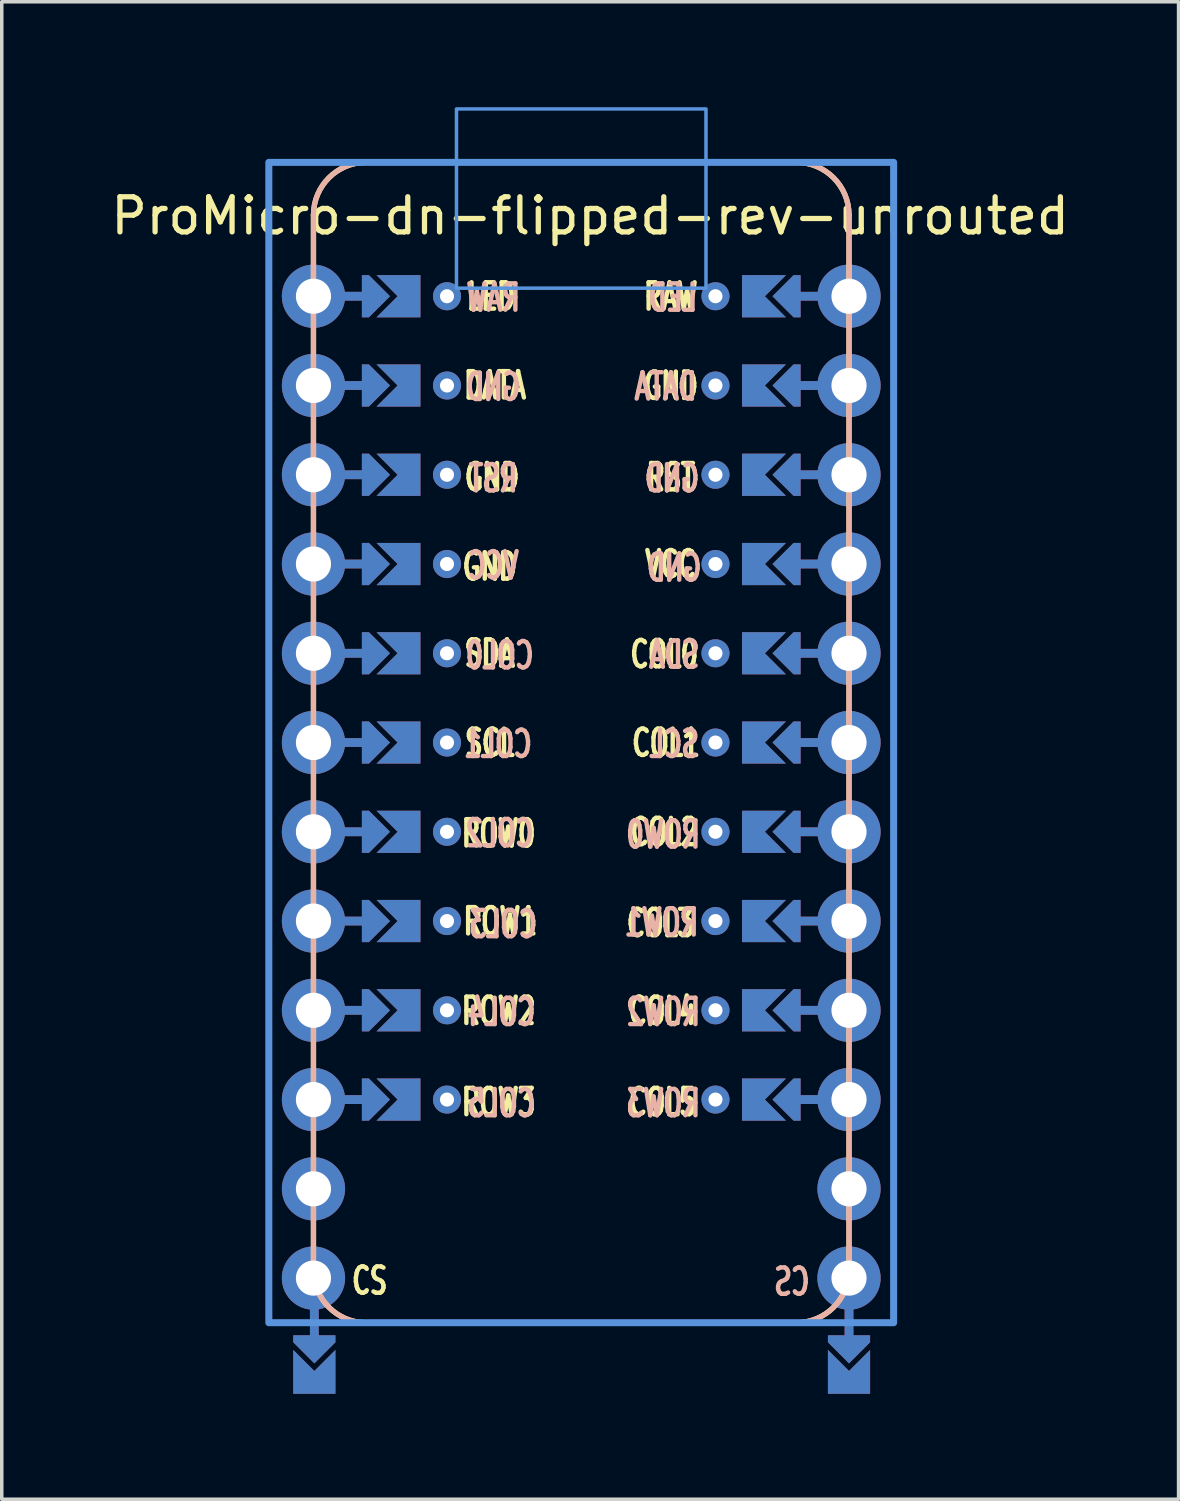
<source format=kicad_pcb>
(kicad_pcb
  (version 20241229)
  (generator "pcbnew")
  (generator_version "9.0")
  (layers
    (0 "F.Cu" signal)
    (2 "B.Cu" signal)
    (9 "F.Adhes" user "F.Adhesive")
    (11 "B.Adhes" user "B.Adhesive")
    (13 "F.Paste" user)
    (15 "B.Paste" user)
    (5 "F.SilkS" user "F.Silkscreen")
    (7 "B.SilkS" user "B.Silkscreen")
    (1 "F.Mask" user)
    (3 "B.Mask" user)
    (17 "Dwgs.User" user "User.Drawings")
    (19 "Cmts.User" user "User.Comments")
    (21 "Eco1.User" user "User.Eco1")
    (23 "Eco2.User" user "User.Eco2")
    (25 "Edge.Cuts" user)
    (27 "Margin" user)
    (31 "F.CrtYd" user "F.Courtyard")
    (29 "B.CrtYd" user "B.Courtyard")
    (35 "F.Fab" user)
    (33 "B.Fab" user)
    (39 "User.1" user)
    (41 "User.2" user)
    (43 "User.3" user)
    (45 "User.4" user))
  (footprint "ProMicro-dn-flipped-rev-unrouted"
    (layer "F.Cu")
    (at 13.49 18.08)
    (property "Reference" "ProMicro-dn-flipped-rev-unrouted" (at 0.254 -14.986 0) (layer "F.SilkS") (effects (font (size 1 1) (thickness 0.15))))
    (attr through_hole)
    (fp_poly (pts (xy -7.087 18.029) (xy -8.103 18.029) (xy -8.103 17.013) (xy -7.087 17.013)) (stroke (width 0.1) (type solid)) (fill yes) (layer "F.Mask"))
    (fp_poly (pts (xy -5.08 -13.208) (xy -5.08 -12.192) (xy -6.096 -12.192) (xy -6.096 -13.208)) (stroke (width 0.1) (type solid)) (fill yes) (layer "F.Mask"))
    (fp_poly (pts (xy -5.08 -10.668) (xy -5.08 -9.652) (xy -6.096 -9.652) (xy -6.096 -10.668)) (stroke (width 0.1) (type solid)) (fill yes) (layer "F.Mask"))
    (fp_poly (pts (xy -5.08 -8.128) (xy -5.08 -7.112) (xy -6.096 -7.112) (xy -6.096 -8.128)) (stroke (width 0.1) (type solid)) (fill yes) (layer "F.Mask"))
    (fp_poly (pts (xy -5.08 -5.588) (xy -5.08 -4.572) (xy -6.096 -4.572) (xy -6.096 -5.588)) (stroke (width 0.1) (type solid)) (fill yes) (layer "F.Mask"))
    (fp_poly (pts (xy -5.08 -3.048) (xy -5.08 -2.032) (xy -6.096 -2.032) (xy -6.096 -3.048)) (stroke (width 0.1) (type solid)) (fill yes) (layer "F.Mask"))
    (fp_poly (pts (xy -5.08 -0.508) (xy -5.08 0.508) (xy -6.096 0.508) (xy -6.096 -0.508)) (stroke (width 0.1) (type solid)) (fill yes) (layer "F.Mask"))
    (fp_poly (pts (xy -5.08 2.032) (xy -5.08 3.048) (xy -6.096 3.048) (xy -6.096 2.032)) (stroke (width 0.1) (type solid)) (fill yes) (layer "F.Mask"))
    (fp_poly (pts (xy -5.08 4.572) (xy -5.08 5.588) (xy -6.096 5.588) (xy -6.096 4.572)) (stroke (width 0.1) (type solid)) (fill yes) (layer "F.Mask"))
    (fp_poly (pts (xy -5.08 7.112) (xy -5.08 8.128) (xy -6.096 8.128) (xy -6.096 7.112)) (stroke (width 0.1) (type solid)) (fill yes) (layer "F.Mask"))
    (fp_poly (pts (xy -5.08 9.652) (xy -5.08 10.668) (xy -6.096 10.668) (xy -6.096 9.652)) (stroke (width 0.1) (type solid)) (fill yes) (layer "F.Mask"))
    (fp_poly (pts (xy 5.08 -12.192) (xy 5.08 -13.208) (xy 6.096 -13.208) (xy 6.096 -12.192)) (stroke (width 0.1) (type solid)) (fill yes) (layer "F.Mask"))
    (fp_poly (pts (xy 5.08 -9.652) (xy 5.08 -10.668) (xy 6.096 -10.668) (xy 6.096 -9.652)) (stroke (width 0.1) (type solid)) (fill yes) (layer "F.Mask"))
    (fp_poly (pts (xy 5.08 -7.112) (xy 5.08 -8.128) (xy 6.096 -8.128) (xy 6.096 -7.112)) (stroke (width 0.1) (type solid)) (fill yes) (layer "F.Mask"))
    (fp_poly (pts (xy 5.08 -4.572) (xy 5.08 -5.588) (xy 6.096 -5.588) (xy 6.096 -4.572)) (stroke (width 0.1) (type solid)) (fill yes) (layer "F.Mask"))
    (fp_poly (pts (xy 5.08 -2.032) (xy 5.08 -3.048) (xy 6.096 -3.048) (xy 6.096 -2.032)) (stroke (width 0.1) (type solid)) (fill yes) (layer "F.Mask"))
    (fp_poly (pts (xy 5.08 0.508) (xy 5.08 -0.508) (xy 6.096 -0.508) (xy 6.096 0.508)) (stroke (width 0.1) (type solid)) (fill yes) (layer "F.Mask"))
    (fp_poly (pts (xy 5.08 3.048) (xy 5.08 2.032) (xy 6.096 2.032) (xy 6.096 3.048)) (stroke (width 0.1) (type solid)) (fill yes) (layer "F.Mask"))
    (fp_poly (pts (xy 5.08 5.588) (xy 5.08 4.572) (xy 6.096 4.572) (xy 6.096 5.588)) (stroke (width 0.1) (type solid)) (fill yes) (layer "F.Mask"))
    (fp_poly (pts (xy 5.08 8.128) (xy 5.08 7.112) (xy 6.096 7.112) (xy 6.096 8.128)) (stroke (width 0.1) (type solid)) (fill yes) (layer "F.Mask"))
    (fp_poly (pts (xy 5.08 10.668) (xy 5.08 9.652) (xy 6.096 9.652) (xy 6.096 10.668)) (stroke (width 0.1) (type solid)) (fill yes) (layer "F.Mask"))
    (fp_poly (pts (xy 8.128 18.029) (xy 7.112 18.029) (xy 7.112 17.013) (xy 8.128 17.013)) (stroke (width 0.1) (type solid)) (fill yes) (layer "F.Mask"))
    (fp_poly (pts (xy -7.087 18.029) (xy -8.103 18.029) (xy -8.103 17.013) (xy -7.087 17.013)) (stroke (width 0.1) (type solid)) (fill yes) (layer "B.Mask"))
    (fp_poly (pts (xy -5.08 -13.208) (xy -5.08 -12.192) (xy -6.096 -12.192) (xy -6.096 -13.208)) (stroke (width 0.1) (type solid)) (fill yes) (layer "B.Mask"))
    (fp_poly (pts (xy -5.08 -10.668) (xy -5.08 -9.652) (xy -6.096 -9.652) (xy -6.096 -10.668)) (stroke (width 0.1) (type solid)) (fill yes) (layer "B.Mask"))
    (fp_poly (pts (xy -5.08 -8.128) (xy -5.08 -7.112) (xy -6.096 -7.112) (xy -6.096 -8.128)) (stroke (width 0.1) (type solid)) (fill yes) (layer "B.Mask"))
    (fp_poly (pts (xy -5.08 -5.588) (xy -5.08 -4.572) (xy -6.096 -4.572) (xy -6.096 -5.588)) (stroke (width 0.1) (type solid)) (fill yes) (layer "B.Mask"))
    (fp_poly (pts (xy -5.08 -3.048) (xy -5.08 -2.032) (xy -6.096 -2.032) (xy -6.096 -3.048)) (stroke (width 0.1) (type solid)) (fill yes) (layer "B.Mask"))
    (fp_poly (pts (xy -5.08 -0.508) (xy -5.08 0.508) (xy -6.096 0.508) (xy -6.096 -0.508)) (stroke (width 0.1) (type solid)) (fill yes) (layer "B.Mask"))
    (fp_poly (pts (xy -5.08 2.032) (xy -5.08 3.048) (xy -6.096 3.048) (xy -6.096 2.032)) (stroke (width 0.1) (type solid)) (fill yes) (layer "B.Mask"))
    (fp_poly (pts (xy -5.08 4.572) (xy -5.08 5.588) (xy -6.096 5.588) (xy -6.096 4.572)) (stroke (width 0.1) (type solid)) (fill yes) (layer "B.Mask"))
    (fp_poly (pts (xy -5.08 7.112) (xy -5.08 8.128) (xy -6.096 8.128) (xy -6.096 7.112)) (stroke (width 0.1) (type solid)) (fill yes) (layer "B.Mask"))
    (fp_poly (pts (xy -5.08 9.652) (xy -5.08 10.668) (xy -6.096 10.668) (xy -6.096 9.652)) (stroke (width 0.1) (type solid)) (fill yes) (layer "B.Mask"))
    (fp_poly (pts (xy 5.08 -12.192) (xy 5.08 -13.208) (xy 6.096 -13.208) (xy 6.096 -12.192)) (stroke (width 0.1) (type solid)) (fill yes) (layer "B.Mask"))
    (fp_poly (pts (xy 5.08 -9.652) (xy 5.08 -10.668) (xy 6.096 -10.668) (xy 6.096 -9.652)) (stroke (width 0.1) (type solid)) (fill yes) (layer "B.Mask"))
    (fp_poly (pts (xy 5.08 -7.112) (xy 5.08 -8.128) (xy 6.096 -8.128) (xy 6.096 -7.112)) (stroke (width 0.1) (type solid)) (fill yes) (layer "B.Mask"))
    (fp_poly (pts (xy 5.08 -4.572) (xy 5.08 -5.588) (xy 6.096 -5.588) (xy 6.096 -4.572)) (stroke (width 0.1) (type solid)) (fill yes) (layer "B.Mask"))
    (fp_poly (pts (xy 5.08 -2.032) (xy 5.08 -3.048) (xy 6.096 -3.048) (xy 6.096 -2.032)) (stroke (width 0.1) (type solid)) (fill yes) (layer "B.Mask"))
    (fp_poly (pts (xy 5.08 0.508) (xy 5.08 -0.508) (xy 6.096 -0.508) (xy 6.096 0.508)) (stroke (width 0.1) (type solid)) (fill yes) (layer "B.Mask"))
    (fp_poly (pts (xy 5.08 3.048) (xy 5.08 2.032) (xy 6.096 2.032) (xy 6.096 3.048)) (stroke (width 0.1) (type solid)) (fill yes) (layer "B.Mask"))
    (fp_poly (pts (xy 5.08 5.588) (xy 5.08 4.572) (xy 6.096 4.572) (xy 6.096 5.588)) (stroke (width 0.1) (type solid)) (fill yes) (layer "B.Mask"))
    (fp_poly (pts (xy 5.08 8.128) (xy 5.08 7.112) (xy 6.096 7.112) (xy 6.096 8.128)) (stroke (width 0.1) (type solid)) (fill yes) (layer "B.Mask"))
    (fp_poly (pts (xy 5.08 10.668) (xy 5.08 9.652) (xy 6.096 9.652) (xy 6.096 10.668)) (stroke (width 0.1) (type solid)) (fill yes) (layer "B.Mask"))
    (fp_poly (pts (xy 8.128 18.029) (xy 7.112 18.029) (xy 7.112 17.013) (xy 8.128 17.013)) (stroke (width 0.1) (type solid)) (fill yes) (layer "B.Mask"))
    (fp_line (start -7.62 -15.01) (end -7.62 15.07) (stroke (width 0.15) (type default)) (layer "F.SilkS"))
    (fp_line (start -6.12 16.51) (end 6.12 16.51) (stroke (width 0.15) (type default)) (layer "F.SilkS"))
    (fp_line (start 6.12 -16.51) (end -6.12 -16.51) (stroke (width 0.15) (type default)) (layer "F.SilkS"))
    (fp_line (start 7.62 15.07) (end 7.62 -15.01) (stroke (width 0.15) (type default)) (layer "F.SilkS"))
    (fp_arc (start -7.62 -15.01) (mid -7.18066 -16.07066) (end -6.12 -16.51) (stroke (width 0.15) (type default)) (layer "F.SilkS"))
    (fp_arc (start -6.12 16.51) (mid -7.18066 16.07066) (end -7.62 15.01) (stroke (width 0.15) (type default)) (layer "F.SilkS"))
    (fp_arc (start 6.12 -16.51) (mid 7.18066 -16.07066) (end 7.62 -15.01) (stroke (width 0.15) (type default)) (layer "F.SilkS"))
    (fp_arc (start 7.62 15.01) (mid 7.18066 16.07066) (end 6.12 16.51) (stroke (width 0.15) (type default)) (layer "F.SilkS"))
    (fp_line (start -7.62 15.07) (end -7.62 -15.01) (stroke (width 0.15) (type default)) (layer "B.SilkS"))
    (fp_line (start -6.12 -16.51) (end 6.12 -16.51) (stroke (width 0.15) (type default)) (layer "B.SilkS"))
    (fp_line (start 6.12 16.51) (end -6.12 16.51) (stroke (width 0.15) (type default)) (layer "B.SilkS"))
    (fp_line (start 7.62 -15.01) (end 7.62 15.07) (stroke (width 0.15) (type default)) (layer "B.SilkS"))
    (fp_arc (start -7.62 -15.01) (mid -7.18066 -16.07066) (end -6.12 -16.51) (stroke (width 0.15) (type default)) (layer "B.SilkS"))
    (fp_arc (start -6.12 16.51) (mid -7.18066 16.07066) (end -7.62 15.01) (stroke (width 0.15) (type default)) (layer "B.SilkS"))
    (fp_arc (start 6.12 -16.51) (mid 7.18066 -16.07066) (end 7.62 -15.01) (stroke (width 0.15) (type default)) (layer "B.SilkS"))
    (fp_arc (start 7.62 15.01) (mid 7.18066 16.07066) (end 6.12 16.51) (stroke (width 0.15) (type default)) (layer "B.SilkS"))
    (fp_rect (start -8.89 -16.51) (end 8.89 16.51) (stroke (width 0.2) (type solid)) (fill no) (layer "Cmts.User"))
    (fp_rect (start 3.55 -18.03) (end -3.55 -12.93) (stroke (width 0.1) (type default)) (fill no) (layer "Cmts.User"))
    (fp_text user "DATA" (at -2.452 -10.16 0) (layer "F.SilkS") (effects (font (size 0.75 0.5) (thickness 0.125))))
    (fp_text user "ROW0" (at -2.352 2.59 0) (layer "F.SilkS") (effects (font (size 0.75 0.5) (thickness 0.125))))
    (fp_text user "RST" (at 2.548 -7.545 0) (layer "F.SilkS") (effects (font (size 0.75 0.5) (thickness 0.125))))
    (fp_text user "LED" (at -2.563 -12.688 0) (layer "F.SilkS") (effects (font (size 0.75 0.5) (thickness 0.125))))
    (fp_text user "CS" (at -6.02 15.316 0) (layer "F.SilkS") (effects (font (size 0.75 0.5) (thickness 0.125))))
    (fp_text user "VCC" (at 2.548 -5.068 0) (layer "F.SilkS") (effects (font (size 0.75 0.5) (thickness 0.125))))
    (fp_text user "ROW2" (at -2.352 7.64 0) (layer "F.SilkS") (effects (font (size 0.75 0.5) (thickness 0.125))))
    (fp_text user "ROW1" (at -2.302 5.092 0) (layer "F.SilkS") (effects (font (size 0.75 0.5) (thickness 0.125))))
    (fp_text user "COL4" (at 2.313 7.64 0) (layer "F.SilkS") (effects (font (size 0.75 0.5) (thickness 0.125))))
    (fp_text user "RAW" (at 2.548 -12.688 0) (layer "F.SilkS") (effects (font (size 0.75 0.5) (thickness 0.125))))
    (fp_text user "SCL" (at -2.602 0.012 0) (layer "F.SilkS") (effects (font (size 0.75 0.5) (thickness 0.125))))
    (fp_text user "COL5" (at 2.313 10.236 0) (layer "F.SilkS") (effects (font (size 0.75 0.5) (thickness 0.125))))
    (fp_text user "GND" (at -2.602 -5.005 0) (layer "F.SilkS") (effects (font (size 0.75 0.5) (thickness 0.125))))
    (fp_text user "COL0" (at 2.363 -2.51 0) (layer "F.SilkS") (effects (font (size 0.75 0.5) (thickness 0.125))))
    (fp_text user "GND" (at -2.539 -7.545 0) (layer "F.SilkS") (effects (font (size 0.75 0.5) (thickness 0.125))))
    (fp_text user "ROW3" (at -2.352 10.236 0) (layer "F.SilkS") (effects (font (size 0.75 0.5) (thickness 0.125))))
    (fp_text user "SDA" (at -2.602 -2.528 0) (layer "F.SilkS") (effects (font (size 0.75 0.5) (thickness 0.125))))
    (fp_text user "COL2" (at 2.363 2.552 0) (layer "F.SilkS") (effects (font (size 0.75 0.5) (thickness 0.125))))
    (fp_text user "COL1" (at 2.413 0.012 0) (layer "F.SilkS") (effects (font (size 0.75 0.5) (thickness 0.125))))
    (fp_text user "GND" (at 2.548 -10.148 0) (layer "F.SilkS") (effects (font (size 0.75 0.5) (thickness 0.125))))
    (fp_text user "COL3" (at 2.263 5.14 0) (layer "F.SilkS") (effects (font (size 0.75 0.5) (thickness 0.125))))
    (fp_text user "SCL" (at 2.646 0.043 0) (layer "B.SilkS") (effects (font (size 0.75 0.5) (thickness 0.125)) (justify mirror)))
    (fp_text user "ROW0" (at 2.333 2.621 0) (layer "B.SilkS") (effects (font (size 0.75 0.5) (thickness 0.125)) (justify mirror)))
    (fp_text user "GND" (at -2.505 -10.117 0) (layer "B.SilkS") (effects (font (size 0.75 0.5) (thickness 0.125)) (justify mirror)))
    (fp_text user "COL3" (at -2.221 5.171 0) (layer "B.SilkS") (effects (font (size 0.75 0.5) (thickness 0.125)) (justify mirror)))
    (fp_text user "GND" (at 2.646 -4.974 0) (layer "B.SilkS") (effects (font (size 0.75 0.5) (thickness 0.125)) (justify mirror)))
    (fp_text user "GND" (at 2.583 -7.514 0) (layer "B.SilkS") (effects (font (size 0.75 0.5) (thickness 0.125)) (justify mirror)))
    (fp_text user "CS" (at 5.994 15.346 0) (layer "B.SilkS") (effects (font (size 0.75 0.5) (thickness 0.125)) (justify mirror)))
    (fp_text user "ROW3" (at 2.333 10.266 0) (layer "B.SilkS") (effects (font (size 0.75 0.5) (thickness 0.125)) (justify mirror)))
    (fp_text user "VCC" (at -2.505 -5.037 0) (layer "B.SilkS") (effects (font (size 0.75 0.5) (thickness 0.125)) (justify mirror)))
    (fp_text user "COL1" (at -2.371 0.043 0) (layer "B.SilkS") (effects (font (size 0.75 0.5) (thickness 0.125)) (justify mirror)))
    (fp_text user "DATA" (at 2.398 -10.129 0) (layer "B.SilkS") (effects (font (size 0.75 0.5) (thickness 0.125)) (justify mirror)))
    (fp_text user "SDA" (at 2.646 -2.497 0) (layer "B.SilkS") (effects (font (size 0.75 0.5) (thickness 0.125)) (justify mirror)))
    (fp_text user "ROW1" (at 2.284 5.123 0) (layer "B.SilkS") (effects (font (size 0.75 0.5) (thickness 0.125)) (justify mirror)))
    (fp_text user "COL0" (at -2.321 -2.479 0) (layer "B.SilkS") (effects (font (size 0.75 0.5) (thickness 0.125)) (justify mirror)))
    (fp_text user "ROW2" (at 2.333 7.671 0) (layer "B.SilkS") (effects (font (size 0.75 0.5) (thickness 0.125)) (justify mirror)))
    (fp_text user "LED" (at 2.607 -12.657 0) (layer "B.SilkS") (effects (font (size 0.75 0.5) (thickness 0.125)) (justify mirror)))
    (fp_text user "RAW" (at -2.505 -12.657 0) (layer "B.SilkS") (effects (font (size 0.75 0.5) (thickness 0.125)) (justify mirror)))
    (fp_text user "COL4" (at -2.271 7.671 0) (layer "B.SilkS") (effects (font (size 0.75 0.5) (thickness 0.125)) (justify mirror)))
    (fp_text user "COL2" (at -2.321 2.583 0) (layer "B.SilkS") (effects (font (size 0.75 0.5) (thickness 0.125)) (justify mirror)))
    (fp_text user "COL5" (at -2.271 10.266 0) (layer "B.SilkS") (effects (font (size 0.75 0.5) (thickness 0.125)) (justify mirror)))
    (fp_text user "RST" (at -2.505 -7.514 0) (layer "B.SilkS") (effects (font (size 0.75 0.5) (thickness 0.125)) (justify mirror)))
    (pad "" thru_hole circle (at -7.62 -12.7 270) (size 1.8 1.8) (drill 1) (layers "*.Cu" "*.Mask"))
    (pad "" thru_hole circle (at -7.62 -10.16 270) (size 1.8 1.8) (drill 1) (layers "*.Cu" "*.Mask"))
    (pad "" thru_hole circle (at -7.62 -7.62 270) (size 1.8 1.8) (drill 1) (layers "*.Cu" "*.Mask"))
    (pad "" thru_hole circle (at -7.62 -5.08 270) (size 1.8 1.8) (drill 1) (layers "*.Cu" "*.Mask"))
    (pad "" thru_hole circle (at -7.62 -2.54 270) (size 1.8 1.8) (drill 1) (layers "*.Cu" "*.Mask"))
    (pad "" thru_hole circle (at -7.62 0 270) (size 1.8 1.8) (drill 1) (layers "*.Cu" "*.Mask"))
    (pad "" thru_hole circle (at -7.62 2.54 270) (size 1.8 1.8) (drill 1) (layers "*.Cu" "*.Mask"))
    (pad "" thru_hole circle (at -7.62 5.08 270) (size 1.8 1.8) (drill 1) (layers "*.Cu" "*.Mask"))
    (pad "" thru_hole circle (at -7.62 7.62 270) (size 1.8 1.8) (drill 1) (layers "*.Cu" "*.Mask"))
    (pad "" thru_hole circle (at -7.62 10.16 270) (size 1.8 1.8) (drill 1) (layers "*.Cu" "*.Mask"))
    (pad "" thru_hole circle (at -7.62 12.7 270) (size 1.8 1.8) (drill 1) (layers "*.Cu" "*.Mask"))
    (pad "" thru_hole circle (at -7.62 15.24 270) (size 1.8 1.8) (drill 1) (layers "*.Cu" "*.Mask"))
    (pad "" smd custom (at -7.595 16.709) (size 0.25 1.5) (layers "F.Cu") (options (anchor rect)) (primitives))
    (pad "" smd custom (at -7.595 16.709) (size 0.25 1.5) (layers "B.Cu") (options (anchor rect)) (primitives))
    (pad "" smd custom (at -7.595 17.267) (size 0.1 0.1) (layers "F.Cu" "F.Mask") (options (anchor rect)) (primitives (gr_poly (pts (xy 0.6 -0.4) (xy -0.6 -0.4) (xy -0.6 -0.2) (xy 0 0.4) (xy 0.6 -0.2)) (width 0) (fill yes))))
    (pad "" smd custom (at -7.595 17.267) (size 0.1 0.1) (layers "B.Cu" "B.Mask") (options (anchor rect)) (primitives (gr_poly (pts (xy 0.6 -0.4) (xy -0.6 -0.4) (xy -0.6 -0.2) (xy 0 0.4) (xy 0.6 -0.2)) (width 0) (fill yes))))
    (pad "" smd custom (at -6.35 -12.7 90) (size 0.25 1) (layers "F.Cu") (options (anchor rect)) (primitives))
    (pad "" smd custom (at -6.35 -12.7 90) (size 0.25 1) (layers "B.Cu") (options (anchor rect)) (primitives))
    (pad "" smd custom (at -6.35 -10.16 90) (size 0.25 1) (layers "F.Cu") (options (anchor rect)) (primitives))
    (pad "" smd custom (at -6.35 -10.16 90) (size 0.25 1) (layers "B.Cu") (options (anchor rect)) (primitives))
    (pad "" smd custom (at -6.35 -7.62 90) (size 0.25 1) (layers "F.Cu") (options (anchor rect)) (primitives))
    (pad "" smd custom (at -6.35 -7.62 90) (size 0.25 1) (layers "B.Cu") (options (anchor rect)) (primitives))
    (pad "" smd custom (at -6.35 -5.08 90) (size 0.25 1) (layers "F.Cu") (options (anchor rect)) (primitives))
    (pad "" smd custom (at -6.35 -5.08 90) (size 0.25 1) (layers "B.Cu") (options (anchor rect)) (primitives))
    (pad "" smd custom (at -6.35 -2.54 90) (size 0.25 1) (layers "F.Cu") (options (anchor rect)) (primitives))
    (pad "" smd custom (at -6.35 -2.54 90) (size 0.25 1) (layers "B.Cu") (options (anchor rect)) (primitives))
    (pad "" smd custom (at -6.35 0 90) (size 0.25 1) (layers "F.Cu") (options (anchor rect)) (primitives))
    (pad "" smd custom (at -6.35 0 90) (size 0.25 1) (layers "B.Cu") (options (anchor rect)) (primitives))
    (pad "" smd custom (at -6.35 2.54 90) (size 0.25 1) (layers "F.Cu") (options (anchor rect)) (primitives))
    (pad "" smd custom (at -6.35 2.54 90) (size 0.25 1) (layers "B.Cu") (options (anchor rect)) (primitives))
    (pad "" smd custom (at -6.35 5.08 90) (size 0.25 1) (layers "F.Cu") (options (anchor rect)) (primitives))
    (pad "" smd custom (at -6.35 5.08 90) (size 0.25 1) (layers "B.Cu") (options (anchor rect)) (primitives))
    (pad "" smd custom (at -6.35 7.62 90) (size 0.25 1) (layers "F.Cu") (options (anchor rect)) (primitives))
    (pad "" smd custom (at -6.35 7.62 90) (size 0.25 1) (layers "B.Cu") (options (anchor rect)) (primitives))
    (pad "" smd custom (at -6.35 10.16 90) (size 0.25 1) (layers "F.Cu") (options (anchor rect)) (primitives))
    (pad "" smd custom (at -6.35 10.16 90) (size 0.25 1) (layers "B.Cu") (options (anchor rect)) (primitives))
    (pad "" smd custom (at -5.842 -12.7 90) (size 0.1 0.1) (layers "F.Cu" "F.Mask") (options (anchor rect)) (primitives (gr_poly (pts (xy 0.6 -0.4) (xy -0.6 -0.4) (xy -0.6 -0.2) (xy 0 0.4) (xy 0.6 -0.2)) (width 0) (fill yes))))
    (pad "" smd custom (at -5.842 -12.7 90) (size 0.1 0.1) (layers "B.Cu" "B.Mask") (options (anchor rect)) (primitives (gr_poly (pts (xy 0.6 -0.4) (xy -0.6 -0.4) (xy -0.6 -0.2) (xy 0 0.4) (xy 0.6 -0.2)) (width 0) (fill yes))))
    (pad "" smd custom (at -5.842 -10.16 90) (size 0.1 0.1) (layers "F.Cu" "F.Mask") (options (anchor rect)) (primitives (gr_poly (pts (xy 0.6 -0.4) (xy -0.6 -0.4) (xy -0.6 -0.2) (xy 0 0.4) (xy 0.6 -0.2)) (width 0) (fill yes))))
    (pad "" smd custom (at -5.842 -10.16 90) (size 0.1 0.1) (layers "B.Cu" "B.Mask") (options (anchor rect)) (primitives (gr_poly (pts (xy 0.6 -0.4) (xy -0.6 -0.4) (xy -0.6 -0.2) (xy 0 0.4) (xy 0.6 -0.2)) (width 0) (fill yes))))
    (pad "" smd custom (at -5.842 -7.62 90) (size 0.1 0.1) (layers "F.Cu" "F.Mask") (options (anchor rect)) (primitives (gr_poly (pts (xy 0.6 -0.4) (xy -0.6 -0.4) (xy -0.6 -0.2) (xy 0 0.4) (xy 0.6 -0.2)) (width 0) (fill yes))))
    (pad "" smd custom (at -5.842 -7.62 90) (size 0.1 0.1) (layers "B.Cu" "B.Mask") (options (anchor rect)) (primitives (gr_poly (pts (xy 0.6 -0.4) (xy -0.6 -0.4) (xy -0.6 -0.2) (xy 0 0.4) (xy 0.6 -0.2)) (width 0) (fill yes))))
    (pad "" smd custom (at -5.842 -5.08 90) (size 0.1 0.1) (layers "F.Cu" "F.Mask") (options (anchor rect)) (primitives (gr_poly (pts (xy 0.6 -0.4) (xy -0.6 -0.4) (xy -0.6 -0.2) (xy 0 0.4) (xy 0.6 -0.2)) (width 0) (fill yes))))
    (pad "" smd custom (at -5.842 -5.08 90) (size 0.1 0.1) (layers "B.Cu" "B.Mask") (options (anchor rect)) (primitives (gr_poly (pts (xy 0.6 -0.4) (xy -0.6 -0.4) (xy -0.6 -0.2) (xy 0 0.4) (xy 0.6 -0.2)) (width 0) (fill yes))))
    (pad "" smd custom (at -5.842 -2.54 90) (size 0.1 0.1) (layers "F.Cu" "F.Mask") (options (anchor rect)) (primitives (gr_poly (pts (xy 0.6 -0.4) (xy -0.6 -0.4) (xy -0.6 -0.2) (xy 0 0.4) (xy 0.6 -0.2)) (width 0) (fill yes))))
    (pad "" smd custom (at -5.842 -2.54 90) (size 0.1 0.1) (layers "B.Cu" "B.Mask") (options (anchor rect)) (primitives (gr_poly (pts (xy 0.6 -0.4) (xy -0.6 -0.4) (xy -0.6 -0.2) (xy 0 0.4) (xy 0.6 -0.2)) (width 0) (fill yes))))
    (pad "" smd custom (at -5.842 0 90) (size 0.1 0.1) (layers "F.Cu" "F.Mask") (options (anchor rect)) (primitives (gr_poly (pts (xy 0.6 -0.4) (xy -0.6 -0.4) (xy -0.6 -0.2) (xy 0 0.4) (xy 0.6 -0.2)) (width 0) (fill yes))))
    (pad "" smd custom (at -5.842 0 90) (size 0.1 0.1) (layers "B.Cu" "B.Mask") (options (anchor rect)) (primitives (gr_poly (pts (xy 0.6 -0.4) (xy -0.6 -0.4) (xy -0.6 -0.2) (xy 0 0.4) (xy 0.6 -0.2)) (width 0) (fill yes))))
    (pad "" smd custom (at -5.842 2.54 90) (size 0.1 0.1) (layers "F.Cu" "F.Mask") (options (anchor rect)) (primitives (gr_poly (pts (xy 0.6 -0.4) (xy -0.6 -0.4) (xy -0.6 -0.2) (xy 0 0.4) (xy 0.6 -0.2)) (width 0) (fill yes))))
    (pad "" smd custom (at -5.842 2.54 90) (size 0.1 0.1) (layers "B.Cu" "B.Mask") (options (anchor rect)) (primitives (gr_poly (pts (xy 0.6 -0.4) (xy -0.6 -0.4) (xy -0.6 -0.2) (xy 0 0.4) (xy 0.6 -0.2)) (width 0) (fill yes))))
    (pad "" smd custom (at -5.842 5.08 90) (size 0.1 0.1) (layers "F.Cu" "F.Mask") (options (anchor rect)) (primitives (gr_poly (pts (xy 0.6 -0.4) (xy -0.6 -0.4) (xy -0.6 -0.2) (xy 0 0.4) (xy 0.6 -0.2)) (width 0) (fill yes))))
    (pad "" smd custom (at -5.842 5.08 90) (size 0.1 0.1) (layers "B.Cu" "B.Mask") (options (anchor rect)) (primitives (gr_poly (pts (xy 0.6 -0.4) (xy -0.6 -0.4) (xy -0.6 -0.2) (xy 0 0.4) (xy 0.6 -0.2)) (width 0) (fill yes))))
    (pad "" smd custom (at -5.842 7.62 90) (size 0.1 0.1) (layers "F.Cu" "F.Mask") (options (anchor rect)) (primitives (gr_poly (pts (xy 0.6 -0.4) (xy -0.6 -0.4) (xy -0.6 -0.2) (xy 0 0.4) (xy 0.6 -0.2)) (width 0) (fill yes))))
    (pad "" smd custom (at -5.842 7.62 90) (size 0.1 0.1) (layers "B.Cu" "B.Mask") (options (anchor rect)) (primitives (gr_poly (pts (xy 0.6 -0.4) (xy -0.6 -0.4) (xy -0.6 -0.2) (xy 0 0.4) (xy 0.6 -0.2)) (width 0) (fill yes))))
    (pad "" smd custom (at -5.842 10.16 90) (size 0.1 0.1) (layers "F.Cu" "F.Mask") (options (anchor rect)) (primitives (gr_poly (pts (xy 0.6 -0.4) (xy -0.6 -0.4) (xy -0.6 -0.2) (xy 0 0.4) (xy 0.6 -0.2)) (width 0) (fill yes))))
    (pad "" smd custom (at -5.842 10.16 90) (size 0.1 0.1) (layers "B.Cu" "B.Mask") (options (anchor rect)) (primitives (gr_poly (pts (xy 0.6 -0.4) (xy -0.6 -0.4) (xy -0.6 -0.2) (xy 0 0.4) (xy 0.6 -0.2)) (width 0) (fill yes))))
    (pad "" smd custom (at 5.842 -12.7 270) (size 0.1 0.1) (layers "F.Cu" "F.Mask") (options (anchor rect)) (primitives (gr_poly (pts (xy 0.6 -0.4) (xy -0.6 -0.4) (xy -0.6 -0.2) (xy 0 0.4) (xy 0.6 -0.2)) (width 0) (fill yes))))
    (pad "" smd custom (at 5.842 -12.7 270) (size 0.1 0.1) (layers "B.Cu" "B.Mask") (options (anchor rect)) (primitives (gr_poly (pts (xy 0.6 -0.4) (xy -0.6 -0.4) (xy -0.6 -0.2) (xy 0 0.4) (xy 0.6 -0.2)) (width 0) (fill yes))))
    (pad "" smd custom (at 5.842 -10.16 270) (size 0.1 0.1) (layers "F.Cu" "F.Mask") (options (anchor rect)) (primitives (gr_poly (pts (xy 0.6 -0.4) (xy -0.6 -0.4) (xy -0.6 -0.2) (xy 0 0.4) (xy 0.6 -0.2)) (width 0) (fill yes))))
    (pad "" smd custom (at 5.842 -10.16 270) (size 0.1 0.1) (layers "B.Cu" "B.Mask") (options (anchor rect)) (primitives (gr_poly (pts (xy 0.6 -0.4) (xy -0.6 -0.4) (xy -0.6 -0.2) (xy 0 0.4) (xy 0.6 -0.2)) (width 0) (fill yes))))
    (pad "" smd custom (at 5.842 -7.62 270) (size 0.1 0.1) (layers "F.Cu" "F.Mask") (options (anchor rect)) (primitives (gr_poly (pts (xy 0.6 -0.4) (xy -0.6 -0.4) (xy -0.6 -0.2) (xy 0 0.4) (xy 0.6 -0.2)) (width 0) (fill yes))))
    (pad "" smd custom (at 5.842 -7.62 270) (size 0.1 0.1) (layers "B.Cu" "B.Mask") (options (anchor rect)) (primitives (gr_poly (pts (xy 0.6 -0.4) (xy -0.6 -0.4) (xy -0.6 -0.2) (xy 0 0.4) (xy 0.6 -0.2)) (width 0) (fill yes))))
    (pad "" smd custom (at 5.842 -5.08 270) (size 0.1 0.1) (layers "F.Cu" "F.Mask") (options (anchor rect)) (primitives (gr_poly (pts (xy 0.6 -0.4) (xy -0.6 -0.4) (xy -0.6 -0.2) (xy 0 0.4) (xy 0.6 -0.2)) (width 0) (fill yes))))
    (pad "" smd custom (at 5.842 -5.08 270) (size 0.1 0.1) (layers "B.Cu" "B.Mask") (options (anchor rect)) (primitives (gr_poly (pts (xy 0.6 -0.4) (xy -0.6 -0.4) (xy -0.6 -0.2) (xy 0 0.4) (xy 0.6 -0.2)) (width 0) (fill yes))))
    (pad "" smd custom (at 5.842 -2.54 270) (size 0.1 0.1) (layers "F.Cu" "F.Mask") (options (anchor rect)) (primitives (gr_poly (pts (xy 0.6 -0.4) (xy -0.6 -0.4) (xy -0.6 -0.2) (xy 0 0.4) (xy 0.6 -0.2)) (width 0) (fill yes))))
    (pad "" smd custom (at 5.842 -2.54 270) (size 0.1 0.1) (layers "B.Cu" "B.Mask") (options (anchor rect)) (primitives (gr_poly (pts (xy 0.6 -0.4) (xy -0.6 -0.4) (xy -0.6 -0.2) (xy 0 0.4) (xy 0.6 -0.2)) (width 0) (fill yes))))
    (pad "" smd custom (at 5.842 0 270) (size 0.1 0.1) (layers "F.Cu" "F.Mask") (options (anchor rect)) (primitives (gr_poly (pts (xy 0.6 -0.4) (xy -0.6 -0.4) (xy -0.6 -0.2) (xy 0 0.4) (xy 0.6 -0.2)) (width 0) (fill yes))))
    (pad "" smd custom (at 5.842 0 270) (size 0.1 0.1) (layers "B.Cu" "B.Mask") (options (anchor rect)) (primitives (gr_poly (pts (xy 0.6 -0.4) (xy -0.6 -0.4) (xy -0.6 -0.2) (xy 0 0.4) (xy 0.6 -0.2)) (width 0) (fill yes))))
    (pad "" smd custom (at 5.842 2.54 270) (size 0.1 0.1) (layers "F.Cu" "F.Mask") (options (anchor rect)) (primitives (gr_poly (pts (xy 0.6 -0.4) (xy -0.6 -0.4) (xy -0.6 -0.2) (xy 0 0.4) (xy 0.6 -0.2)) (width 0) (fill yes))))
    (pad "" smd custom (at 5.842 2.54 270) (size 0.1 0.1) (layers "B.Cu" "B.Mask") (options (anchor rect)) (primitives (gr_poly (pts (xy 0.6 -0.4) (xy -0.6 -0.4) (xy -0.6 -0.2) (xy 0 0.4) (xy 0.6 -0.2)) (width 0) (fill yes))))
    (pad "" smd custom (at 5.842 5.08 270) (size 0.1 0.1) (layers "F.Cu" "F.Mask") (options (anchor rect)) (primitives (gr_poly (pts (xy 0.6 -0.4) (xy -0.6 -0.4) (xy -0.6 -0.2) (xy 0 0.4) (xy 0.6 -0.2)) (width 0) (fill yes))))
    (pad "" smd custom (at 5.842 5.08 270) (size 0.1 0.1) (layers "B.Cu" "B.Mask") (options (anchor rect)) (primitives (gr_poly (pts (xy 0.6 -0.4) (xy -0.6 -0.4) (xy -0.6 -0.2) (xy 0 0.4) (xy 0.6 -0.2)) (width 0) (fill yes))))
    (pad "" smd custom (at 5.842 7.62 270) (size 0.1 0.1) (layers "F.Cu" "F.Mask") (options (anchor rect)) (primitives (gr_poly (pts (xy 0.6 -0.4) (xy -0.6 -0.4) (xy -0.6 -0.2) (xy 0 0.4) (xy 0.6 -0.2)) (width 0) (fill yes))))
    (pad "" smd custom (at 5.842 7.62 270) (size 0.1 0.1) (layers "B.Cu" "B.Mask") (options (anchor rect)) (primitives (gr_poly (pts (xy 0.6 -0.4) (xy -0.6 -0.4) (xy -0.6 -0.2) (xy 0 0.4) (xy 0.6 -0.2)) (width 0) (fill yes))))
    (pad "" smd custom (at 5.842 10.16 270) (size 0.1 0.1) (layers "F.Cu" "F.Mask") (options (anchor rect)) (primitives (gr_poly (pts (xy 0.6 -0.4) (xy -0.6 -0.4) (xy -0.6 -0.2) (xy 0 0.4) (xy 0.6 -0.2)) (width 0) (fill yes))))
    (pad "" smd custom (at 5.842 10.16 270) (size 0.1 0.1) (layers "B.Cu" "B.Mask") (options (anchor rect)) (primitives (gr_poly (pts (xy 0.6 -0.4) (xy -0.6 -0.4) (xy -0.6 -0.2) (xy 0 0.4) (xy 0.6 -0.2)) (width 0) (fill yes))))
    (pad "" smd custom (at 6.35 -12.7 270) (size 0.25 1) (layers "F.Cu") (options (anchor rect)) (primitives))
    (pad "" smd custom (at 6.35 -12.7 270) (size 0.25 1) (layers "B.Cu") (options (anchor rect)) (primitives))
    (pad "" smd custom (at 6.35 -10.16 270) (size 0.25 1) (layers "F.Cu") (options (anchor rect)) (primitives))
    (pad "" smd custom (at 6.35 -10.16 270) (size 0.25 1) (layers "B.Cu") (options (anchor rect)) (primitives))
    (pad "" smd custom (at 6.35 -7.62 270) (size 0.25 1) (layers "F.Cu") (options (anchor rect)) (primitives))
    (pad "" smd custom (at 6.35 -7.62 270) (size 0.25 1) (layers "B.Cu") (options (anchor rect)) (primitives))
    (pad "" smd custom (at 6.35 -5.08 270) (size 0.25 1) (layers "F.Cu") (options (anchor rect)) (primitives))
    (pad "" smd custom (at 6.35 -5.08 270) (size 0.25 1) (layers "B.Cu") (options (anchor rect)) (primitives))
    (pad "" smd custom (at 6.35 -2.54 270) (size 0.25 1) (layers "F.Cu") (options (anchor rect)) (primitives))
    (pad "" smd custom (at 6.35 -2.54 270) (size 0.25 1) (layers "B.Cu") (options (anchor rect)) (primitives))
    (pad "" smd custom (at 6.35 0 270) (size 0.25 1) (layers "F.Cu") (options (anchor rect)) (primitives))
    (pad "" smd custom (at 6.35 0 270) (size 0.25 1) (layers "B.Cu") (options (anchor rect)) (primitives))
    (pad "" smd custom (at 6.35 2.54 270) (size 0.25 1) (layers "F.Cu") (options (anchor rect)) (primitives))
    (pad "" smd custom (at 6.35 2.54 270) (size 0.25 1) (layers "B.Cu") (options (anchor rect)) (primitives))
    (pad "" smd custom (at 6.35 5.08 270) (size 0.25 1) (layers "F.Cu") (options (anchor rect)) (primitives))
    (pad "" smd custom (at 6.35 5.08 270) (size 0.25 1) (layers "B.Cu") (options (anchor rect)) (primitives))
    (pad "" smd custom (at 6.35 7.62 270) (size 0.25 1) (layers "F.Cu") (options (anchor rect)) (primitives))
    (pad "" smd custom (at 6.35 7.62 270) (size 0.25 1) (layers "B.Cu") (options (anchor rect)) (primitives))
    (pad "" smd custom (at 6.35 10.16 270) (size 0.25 1) (layers "F.Cu") (options (anchor rect)) (primitives))
    (pad "" smd custom (at 6.35 10.16 270) (size 0.25 1) (layers "B.Cu") (options (anchor rect)) (primitives))
    (pad "" thru_hole circle (at 7.62 -12.7 270) (size 1.8 1.8) (drill 1) (layers "*.Cu" "*.Mask"))
    (pad "" thru_hole circle (at 7.62 -10.16 270) (size 1.8 1.8) (drill 1) (layers "*.Cu" "*.Mask"))
    (pad "" thru_hole circle (at 7.62 -7.62 270) (size 1.8 1.8) (drill 1) (layers "*.Cu" "*.Mask"))
    (pad "" thru_hole circle (at 7.62 -5.08 270) (size 1.8 1.8) (drill 1) (layers "*.Cu" "*.Mask"))
    (pad "" thru_hole circle (at 7.62 -2.54 270) (size 1.8 1.8) (drill 1) (layers "*.Cu" "*.Mask"))
    (pad "" thru_hole circle (at 7.62 0 270) (size 1.8 1.8) (drill 1) (layers "*.Cu" "*.Mask"))
    (pad "" thru_hole circle (at 7.62 2.54 270) (size 1.8 1.8) (drill 1) (layers "*.Cu" "*.Mask"))
    (pad "" thru_hole circle (at 7.62 5.08 270) (size 1.8 1.8) (drill 1) (layers "*.Cu" "*.Mask"))
    (pad "" thru_hole circle (at 7.62 7.62 270) (size 1.8 1.8) (drill 1) (layers "*.Cu" "*.Mask"))
    (pad "" thru_hole circle (at 7.62 10.16 270) (size 1.8 1.8) (drill 1) (layers "*.Cu" "*.Mask"))
    (pad "" thru_hole circle (at 7.62 12.7 270) (size 1.8 1.8) (drill 1) (layers "*.Cu" "*.Mask"))
    (pad "" thru_hole circle (at 7.62 15.24 270) (size 1.8 1.8) (drill 1) (layers "*.Cu" "*.Mask"))
    (pad "" smd custom (at 7.62 16.709) (size 0.25 1.5) (layers "F.Cu") (options (anchor rect)) (primitives))
    (pad "" smd custom (at 7.62 16.709) (size 0.25 1.5) (layers "B.Cu") (options (anchor rect)) (primitives))
    (pad "" smd custom (at 7.62 17.267) (size 0.1 0.1) (layers "F.Cu" "F.Mask") (options (anchor rect)) (primitives (gr_poly (pts (xy 0.6 -0.4) (xy -0.6 -0.4) (xy -0.6 -0.2) (xy 0 0.4) (xy 0.6 -0.2)) (width 0) (fill yes))))
    (pad "" smd custom (at 7.62 17.267) (size 0.1 0.1) (layers "B.Cu" "B.Mask") (options (anchor rect)) (primitives (gr_poly (pts (xy 0.6 -0.4) (xy -0.6 -0.4) (xy -0.6 -0.2) (xy 0 0.4) (xy 0.6 -0.2)) (width 0) (fill yes))))
    (pad "GND" smd custom (at -4.826 -10.16 90) (size 1.2 0.5) (layers "B.Cu" "B.Mask") (options (anchor rect)) (primitives (gr_poly (pts (xy -0.6 0) (xy 0.6 0) (xy 0.6 -1) (xy 0 -0.4) (xy -0.6 -1)) (width 0) (fill yes))))
    (pad "GND" smd custom (at -4.826 -7.62 90) (size 1.2 0.5) (layers "F.Cu" "F.Mask") (options (anchor rect)) (primitives (gr_poly (pts (xy -0.6 0) (xy 0.6 0) (xy 0.6 -1) (xy 0 -0.4) (xy -0.6 -1)) (width 0) (fill yes))))
    (pad "GND" smd custom (at -4.826 -5.08 90) (size 1.2 0.5) (layers "F.Cu" "F.Mask") (options (anchor rect)) (primitives (gr_poly (pts (xy -0.6 0) (xy 0.6 0) (xy 0.6 -1) (xy 0 -0.4) (xy -0.6 -1)) (width 0) (fill yes))))
    (pad "GND" thru_hole circle (at -3.82 -10.16) (size 0.8 0.8) (drill 0.4) (layers "*.Cu" "*.Mask"))
    (pad "GND" thru_hole circle (at 3.82 -7.62) (size 0.8 0.8) (drill 0.4) (layers "*.Cu" "*.Mask"))
    (pad "GND" thru_hole circle (at 3.82 -5.08) (size 0.8 0.8) (drill 0.4) (layers "*.Cu" "*.Mask"))
    (pad "GND" smd custom (at 4.826 -10.16 270) (size 1.2 0.5) (layers "F.Cu" "F.Mask") (options (anchor rect)) (primitives (gr_poly (pts (xy -0.6 0) (xy 0.6 0) (xy 0.6 -1) (xy 0 -0.4) (xy -0.6 -1)) (width 0) (fill yes))))
    (pad "GND" smd custom (at 4.826 -7.62 270) (size 1.2 0.5) (layers "B.Cu" "B.Mask") (options (anchor rect)) (primitives (gr_poly (pts (xy -0.6 0) (xy 0.6 0) (xy 0.6 -1) (xy 0 -0.4) (xy -0.6 -1)) (width 0) (fill yes))))
    (pad "GND" smd custom (at 4.826 -5.08 270) (size 1.2 0.5) (layers "B.Cu" "B.Mask") (options (anchor rect)) (primitives (gr_poly (pts (xy -0.6 0) (xy 0.6 0) (xy 0.6 -1) (xy 0 -0.4) (xy -0.6 -1)) (width 0) (fill yes))))
    (pad "P00" smd custom (at -4.826 -10.16 90) (size 1.2 0.5) (layers "F.Cu" "F.Mask") (options (anchor rect)) (primitives (gr_poly (pts (xy -0.6 0) (xy 0.6 0) (xy 0.6 -1) (xy 0 -0.4) (xy -0.6 -1)) (width 0) (fill yes))))
    (pad "P00" thru_hole circle (at 3.82 -10.16) (size 0.8 0.8) (drill 0.4) (layers "*.Cu" "*.Mask"))
    (pad "P00" smd custom (at 4.826 -10.16 270) (size 1.2 0.5) (layers "B.Cu" "B.Mask") (options (anchor rect)) (primitives (gr_poly (pts (xy -0.6 0) (xy 0.6 0) (xy 0.6 -1) (xy 0 -0.4) (xy -0.6 -1)) (width 0) (fill yes))))
    (pad "P01" smd custom (at -4.826 -12.7 90) (size 1.2 0.5) (layers "F.Cu" "F.Mask") (options (anchor rect)) (primitives (gr_poly (pts (xy -0.6 0) (xy 0.6 0) (xy 0.6 -1) (xy 0 -0.4) (xy -0.6 -1)) (width 0) (fill yes))))
    (pad "P01" thru_hole circle (at 3.82 -12.7) (size 0.8 0.8) (drill 0.4) (layers "*.Cu" "*.Mask"))
    (pad "P01" smd custom (at 4.826 -12.7 270) (size 1.2 0.5) (layers "B.Cu" "B.Mask") (options (anchor rect)) (primitives (gr_poly (pts (xy -0.6 0) (xy 0.6 0) (xy 0.6 -1) (xy 0 -0.4) (xy -0.6 -1)) (width 0) (fill yes))))
    (pad "P02" smd custom (at -4.826 -2.54 90) (size 1.2 0.5) (layers "F.Cu" "F.Mask") (options (anchor rect)) (primitives (gr_poly (pts (xy -0.6 0) (xy 0.6 0) (xy 0.6 -1) (xy 0 -0.4) (xy -0.6 -1)) (width 0) (fill yes))))
    (pad "P02" thru_hole circle (at 3.82 -2.54) (size 0.8 0.8) (drill 0.4) (layers "*.Cu" "*.Mask"))
    (pad "P02" smd custom (at 4.826 -2.54 270) (size 1.2 0.5) (layers "B.Cu" "B.Mask") (options (anchor rect)) (primitives (gr_poly (pts (xy -0.6 0) (xy 0.6 0) (xy 0.6 -1) (xy 0 -0.4) (xy -0.6 -1)) (width 0) (fill yes))))
    (pad "P03" smd custom (at -4.826 0 90) (size 1.2 0.5) (layers "F.Cu" "F.Mask") (options (anchor rect)) (primitives (gr_poly (pts (xy -0.6 0) (xy 0.6 0) (xy 0.6 -1) (xy 0 -0.4) (xy -0.6 -1)) (width 0) (fill yes))))
    (pad "P03" thru_hole circle (at 3.82 0) (size 0.8 0.8) (drill 0.4) (layers "*.Cu" "*.Mask"))
    (pad "P03" smd custom (at 4.826 0 270) (size 1.2 0.5) (layers "B.Cu" "B.Mask") (options (anchor rect)) (primitives (gr_poly (pts (xy -0.6 0) (xy 0.6 0) (xy 0.6 -1) (xy 0 -0.4) (xy -0.6 -1)) (width 0) (fill yes))))
    (pad "P04" smd custom (at -4.826 2.54 90) (size 1.2 0.5) (layers "F.Cu" "F.Mask") (options (anchor rect)) (primitives (gr_poly (pts (xy -0.6 0) (xy 0.6 0) (xy 0.6 -1) (xy 0 -0.4) (xy -0.6 -1)) (width 0) (fill yes))))
    (pad "P04" thru_hole circle (at 3.82 2.54) (size 0.8 0.8) (drill 0.4) (layers "*.Cu" "*.Mask"))
    (pad "P04" smd custom (at 4.826 2.54 270) (size 1.2 0.5) (layers "B.Cu" "B.Mask") (options (anchor rect)) (primitives (gr_poly (pts (xy -0.6 0) (xy 0.6 0) (xy 0.6 -1) (xy 0 -0.4) (xy -0.6 -1)) (width 0) (fill yes))))
    (pad "P05" smd custom (at -4.826 5.08 90) (size 1.2 0.5) (layers "F.Cu" "F.Mask") (options (anchor rect)) (primitives (gr_poly (pts (xy -0.6 0) (xy 0.6 0) (xy 0.6 -1) (xy 0 -0.4) (xy -0.6 -1)) (width 0) (fill yes))))
    (pad "P05" thru_hole circle (at 3.82 5.08) (size 0.8 0.8) (drill 0.4) (layers "*.Cu" "*.Mask"))
    (pad "P05" smd custom (at 4.826 5.08 270) (size 1.2 0.5) (layers "B.Cu" "B.Mask") (options (anchor rect)) (primitives (gr_poly (pts (xy -0.6 0) (xy 0.6 0) (xy 0.6 -1) (xy 0 -0.4) (xy -0.6 -1)) (width 0) (fill yes))))
    (pad "P06" smd custom (at -4.826 7.62 90) (size 1.2 0.5) (layers "F.Cu" "F.Mask") (options (anchor rect)) (primitives (gr_poly (pts (xy -0.6 0) (xy 0.6 0) (xy 0.6 -1) (xy 0 -0.4) (xy -0.6 -1)) (width 0) (fill yes))))
    (pad "P06" thru_hole circle (at 3.82 7.62) (size 0.8 0.8) (drill 0.4) (layers "*.Cu" "*.Mask"))
    (pad "P06" smd custom (at 4.826 7.62 270) (size 1.2 0.5) (layers "B.Cu" "B.Mask") (options (anchor rect)) (primitives (gr_poly (pts (xy -0.6 0) (xy 0.6 0) (xy 0.6 -1) (xy 0 -0.4) (xy -0.6 -1)) (width 0) (fill yes))))
    (pad "P07" smd custom (at -4.826 10.16 90) (size 1.2 0.5) (layers "F.Cu" "F.Mask") (options (anchor rect)) (primitives (gr_poly (pts (xy -0.6 0) (xy 0.6 0) (xy 0.6 -1) (xy 0 -0.4) (xy -0.6 -1)) (width 0) (fill yes))))
    (pad "P07" thru_hole circle (at 3.82 10.16) (size 0.8 0.8) (drill 0.4) (layers "*.Cu" "*.Mask"))
    (pad "P07" smd custom (at 4.826 10.16 270) (size 1.2 0.5) (layers "B.Cu" "B.Mask") (options (anchor rect)) (primitives (gr_poly (pts (xy -0.6 0) (xy 0.6 0) (xy 0.6 -1) (xy 0 -0.4) (xy -0.6 -1)) (width 0) (fill yes))))
    (pad "P09" smd custom (at -7.595 18.283) (size 1.2 0.5) (layers "F.Cu" "F.Mask") (options (anchor rect)) (primitives (gr_poly (pts (xy -0.6 0) (xy 0.6 0) (xy 0.6 -1) (xy 0 -0.4) (xy -0.6 -1)) (width 0) (fill yes))))
    (pad "P09" smd custom (at 7.62 18.283) (size 1.2 0.5) (layers "B.Cu" "B.Mask") (options (anchor rect)) (primitives (gr_poly (pts (xy -0.6 0) (xy 0.6 0) (xy 0.6 -1) (xy 0 -0.4) (xy -0.6 -1)) (width 0) (fill yes))))
    (pad "P10" smd custom (at -7.595 18.283) (size 1.2 0.5) (layers "B.Cu" "B.Mask") (options (anchor rect)) (primitives (gr_poly (pts (xy -0.6 0) (xy 0.6 0) (xy 0.6 -1) (xy 0 -0.4) (xy -0.6 -1)) (width 0) (fill yes))))
    (pad "P10" smd custom (at 7.62 18.283) (size 1.2 0.5) (layers "F.Cu" "F.Mask") (options (anchor rect)) (primitives (gr_poly (pts (xy -0.6 0) (xy 0.6 0) (xy 0.6 -1) (xy 0 -0.4) (xy -0.6 -1)) (width 0) (fill yes))))
    (pad "P14" smd custom (at -4.826 10.16 90) (size 1.2 0.5) (layers "B.Cu" "B.Mask") (options (anchor rect)) (primitives (gr_poly (pts (xy -0.6 0) (xy 0.6 0) (xy 0.6 -1) (xy 0 -0.4) (xy -0.6 -1)) (width 0) (fill yes))))
    (pad "P14" thru_hole circle (at -3.82 10.16) (size 0.8 0.8) (drill 0.4) (layers "*.Cu" "*.Mask"))
    (pad "P14" smd custom (at 4.826 10.16 270) (size 1.2 0.5) (layers "F.Cu" "F.Mask") (options (anchor rect)) (primitives (gr_poly (pts (xy -0.6 0) (xy 0.6 0) (xy 0.6 -1) (xy 0 -0.4) (xy -0.6 -1)) (width 0) (fill yes))))
    (pad "P15" smd custom (at -4.826 7.62 90) (size 1.2 0.5) (layers "B.Cu" "B.Mask") (options (anchor rect)) (primitives (gr_poly (pts (xy -0.6 0) (xy 0.6 0) (xy 0.6 -1) (xy 0 -0.4) (xy -0.6 -1)) (width 0) (fill yes))))
    (pad "P15" thru_hole circle (at -3.82 7.62) (size 0.8 0.8) (drill 0.4) (layers "*.Cu" "*.Mask"))
    (pad "P15" smd custom (at 4.826 7.62 270) (size 1.2 0.5) (layers "F.Cu" "F.Mask") (options (anchor rect)) (primitives (gr_poly (pts (xy -0.6 0) (xy 0.6 0) (xy 0.6 -1) (xy 0 -0.4) (xy -0.6 -1)) (width 0) (fill yes))))
    (pad "P18" smd custom (at -4.826 5.08 90) (size 1.2 0.5) (layers "B.Cu" "B.Mask") (options (anchor rect)) (primitives (gr_poly (pts (xy -0.6 0) (xy 0.6 0) (xy 0.6 -1) (xy 0 -0.4) (xy -0.6 -1)) (width 0) (fill yes))))
    (pad "P18" thru_hole circle (at -3.82 5.08) (size 0.8 0.8) (drill 0.4) (layers "*.Cu" "*.Mask"))
    (pad "P18" smd custom (at 4.826 5.08 270) (size 1.2 0.5) (layers "F.Cu" "F.Mask") (options (anchor rect)) (primitives (gr_poly (pts (xy -0.6 0) (xy 0.6 0) (xy 0.6 -1) (xy 0 -0.4) (xy -0.6 -1)) (width 0) (fill yes))))
    (pad "P19" smd custom (at -4.826 2.54 90) (size 1.2 0.5) (layers "B.Cu" "B.Mask") (options (anchor rect)) (primitives (gr_poly (pts (xy -0.6 0) (xy 0.6 0) (xy 0.6 -1) (xy 0 -0.4) (xy -0.6 -1)) (width 0) (fill yes))))
    (pad "P19" thru_hole circle (at -3.82 2.54) (size 0.8 0.8) (drill 0.4) (layers "*.Cu" "*.Mask"))
    (pad "P19" smd custom (at 4.826 2.54 270) (size 1.2 0.5) (layers "F.Cu" "F.Mask") (options (anchor rect)) (primitives (gr_poly (pts (xy -0.6 0) (xy 0.6 0) (xy 0.6 -1) (xy 0 -0.4) (xy -0.6 -1)) (width 0) (fill yes))))
    (pad "P20" smd custom (at -4.826 0 90) (size 1.2 0.5) (layers "B.Cu" "B.Mask") (options (anchor rect)) (primitives (gr_poly (pts (xy -0.6 0) (xy 0.6 0) (xy 0.6 -1) (xy 0 -0.4) (xy -0.6 -1)) (width 0) (fill yes))))
    (pad "P20" thru_hole circle (at -3.82 0) (size 0.8 0.8) (drill 0.4) (layers "*.Cu" "*.Mask"))
    (pad "P20" smd custom (at 4.826 0 270) (size 1.2 0.5) (layers "F.Cu" "F.Mask") (options (anchor rect)) (primitives (gr_poly (pts (xy -0.6 0) (xy 0.6 0) (xy 0.6 -1) (xy 0 -0.4) (xy -0.6 -1)) (width 0) (fill yes))))
    (pad "P21" smd custom (at -4.826 -2.54 90) (size 1.2 0.5) (layers "B.Cu" "B.Mask") (options (anchor rect)) (primitives (gr_poly (pts (xy -0.6 0) (xy 0.6 0) (xy 0.6 -1) (xy 0 -0.4) (xy -0.6 -1)) (width 0) (fill yes))))
    (pad "P21" thru_hole circle (at -3.82 -2.54) (size 0.8 0.8) (drill 0.4) (layers "*.Cu" "*.Mask"))
    (pad "P21" smd custom (at 4.826 -2.54 270) (size 1.2 0.5) (layers "F.Cu" "F.Mask") (options (anchor rect)) (primitives (gr_poly (pts (xy -0.6 0) (xy 0.6 0) (xy 0.6 -1) (xy 0 -0.4) (xy -0.6 -1)) (width 0) (fill yes))))
    (pad "RAW" smd custom (at -4.826 -12.7 90) (size 1.2 0.5) (layers "B.Cu" "B.Mask") (options (anchor rect)) (primitives (gr_poly (pts (xy -0.6 0) (xy 0.6 0) (xy 0.6 -1) (xy 0 -0.4) (xy -0.6 -1)) (width 0) (fill yes))))
    (pad "RAW" thru_hole circle (at -3.82 -12.7) (size 0.8 0.8) (drill 0.4) (layers "*.Cu" "*.Mask"))
    (pad "RAW" smd custom (at 4.826 -12.7 270) (size 1.2 0.5) (layers "F.Cu" "F.Mask") (options (anchor rect)) (primitives (gr_poly (pts (xy -0.6 0) (xy 0.6 0) (xy 0.6 -1) (xy 0 -0.4) (xy -0.6 -1)) (width 0) (fill yes))))
    (pad "RST" smd custom (at -4.826 -7.62 90) (size 1.2 0.5) (layers "B.Cu" "B.Mask") (options (anchor rect)) (primitives (gr_poly (pts (xy -0.6 0) (xy 0.6 0) (xy 0.6 -1) (xy 0 -0.4) (xy -0.6 -1)) (width 0) (fill yes))))
    (pad "RST" thru_hole circle (at -3.82 -7.62) (size 0.8 0.8) (drill 0.4) (layers "*.Cu" "*.Mask"))
    (pad "RST" smd custom (at 4.826 -7.62 270) (size 1.2 0.5) (layers "F.Cu" "F.Mask") (options (anchor rect)) (primitives (gr_poly (pts (xy -0.6 0) (xy 0.6 0) (xy 0.6 -1) (xy 0 -0.4) (xy -0.6 -1)) (width 0) (fill yes))))
    (pad "VCC" smd custom (at -4.826 -5.08 90) (size 1.2 0.5) (layers "B.Cu" "B.Mask") (options (anchor rect)) (primitives (gr_poly (pts (xy -0.6 0) (xy 0.6 0) (xy 0.6 -1) (xy 0 -0.4) (xy -0.6 -1)) (width 0) (fill yes))))
    (pad "VCC" thru_hole circle (at -3.82 -5.08) (size 0.8 0.8) (drill 0.4) (layers "*.Cu" "*.Mask"))
    (pad "VCC" smd custom (at 4.826 -5.08 270) (size 1.2 0.5) (layers "F.Cu" "F.Mask") (options (anchor rect)) (primitives (gr_poly (pts (xy -0.6 0) (xy 0.6 0) (xy 0.6 -1) (xy 0 -0.4) (xy -0.6 -1)) (width 0) (fill yes)))))
  (gr_rect
    (start -3 -3)
    (end 30.488 39.613)
    (stroke (width 0.1) (type default))
    (fill no)
    (layer "Edge.Cuts")))
</source>
